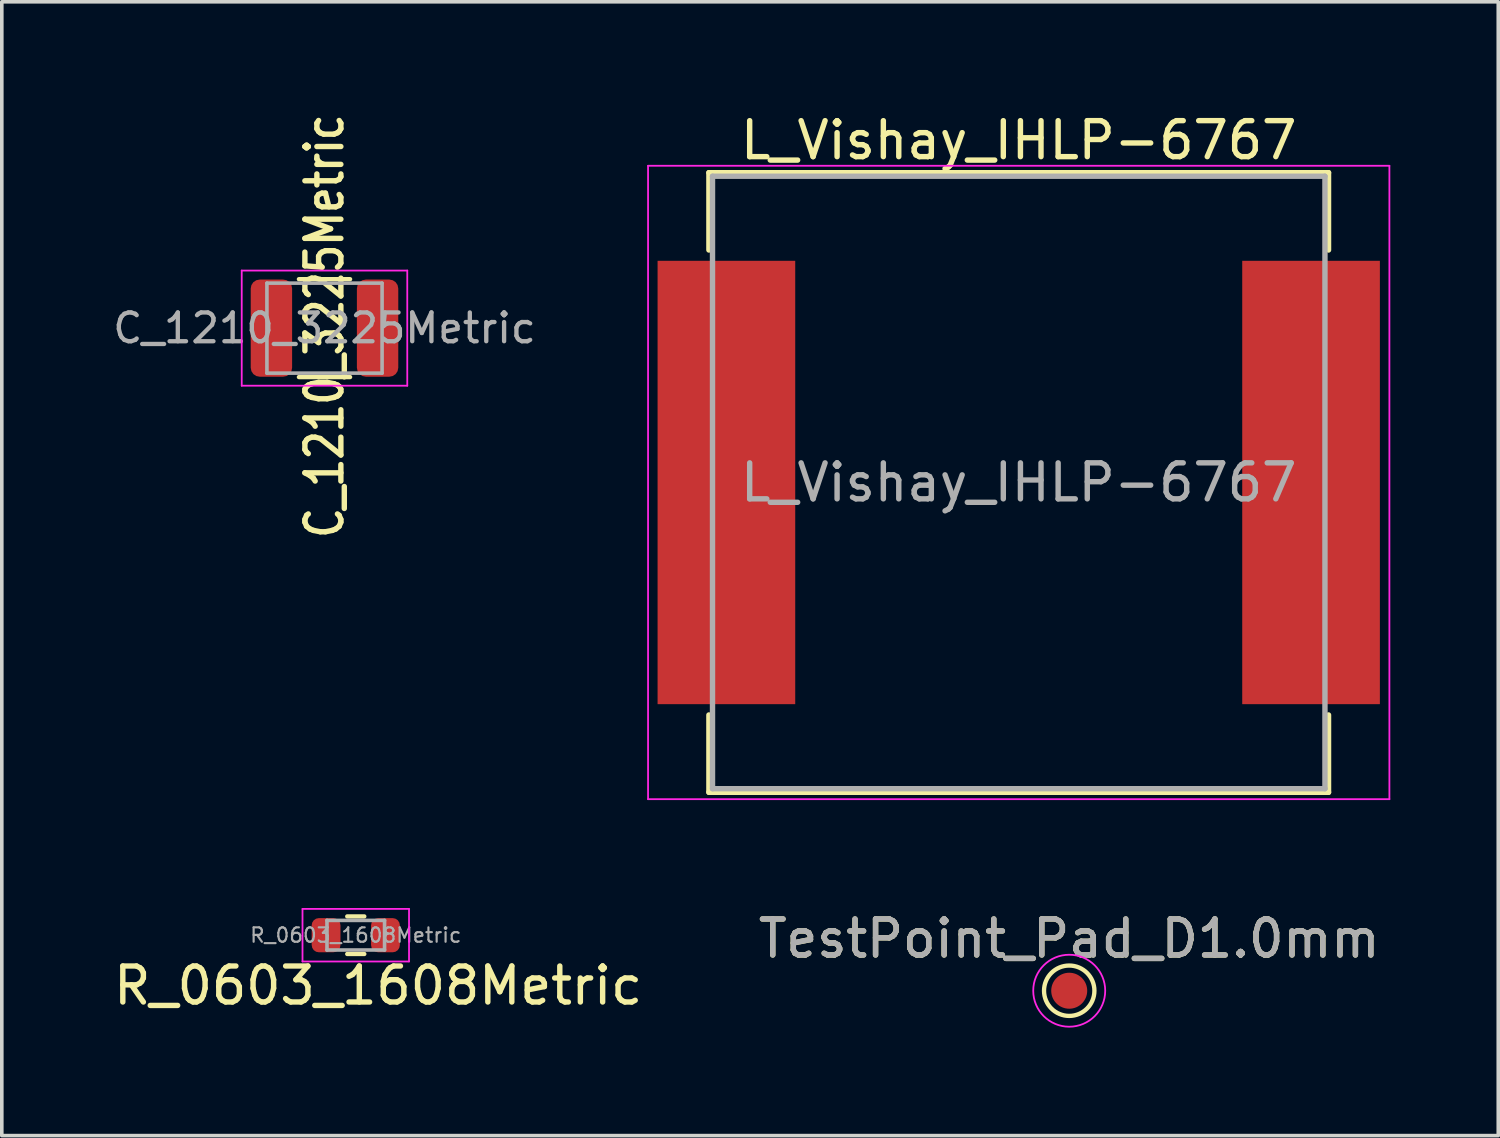
<source format=kicad_pcb>
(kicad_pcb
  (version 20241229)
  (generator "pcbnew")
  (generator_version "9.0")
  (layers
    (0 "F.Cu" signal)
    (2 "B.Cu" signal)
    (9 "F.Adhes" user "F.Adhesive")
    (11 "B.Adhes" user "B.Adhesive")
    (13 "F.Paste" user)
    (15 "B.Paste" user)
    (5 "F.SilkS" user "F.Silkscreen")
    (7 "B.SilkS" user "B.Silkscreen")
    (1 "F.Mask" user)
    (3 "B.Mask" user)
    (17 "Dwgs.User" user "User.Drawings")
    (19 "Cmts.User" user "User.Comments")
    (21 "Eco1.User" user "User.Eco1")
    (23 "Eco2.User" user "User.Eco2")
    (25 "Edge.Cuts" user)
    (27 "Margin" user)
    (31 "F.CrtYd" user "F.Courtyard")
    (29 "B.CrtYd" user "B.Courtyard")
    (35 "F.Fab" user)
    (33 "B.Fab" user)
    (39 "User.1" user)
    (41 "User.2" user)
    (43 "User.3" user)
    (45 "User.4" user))
  (footprint "L_Vishay_IHLP-6767"
    (layer "F.Cu")
    (at 25.258 10.357)
    (property "Reference" "L_Vishay_IHLP-6767" (at 0 -9.509 0) (layer "F.SilkS") (effects (font (size 1 1) (thickness 0.15))))
    (attr smd)
    (fp_line (start -8.609 -8.609) (end 8.609 -8.609) (stroke (width 0.15) (type solid)) (layer "F.SilkS"))
    (fp_line (start -8.609 -6.46) (end -8.609 -8.609) (stroke (width 0.15) (type solid)) (layer "F.SilkS"))
    (fp_line (start -8.609 6.46) (end -8.609 8.609) (stroke (width 0.15) (type solid)) (layer "F.SilkS"))
    (fp_line (start -8.609 8.609) (end 8.609 8.609) (stroke (width 0.15) (type solid)) (layer "F.SilkS"))
    (fp_line (start 8.609 -8.609) (end 8.609 -6.46) (stroke (width 0.15) (type solid)) (layer "F.SilkS"))
    (fp_line (start 8.609 8.609) (end 8.609 6.46) (stroke (width 0.15) (type solid)) (layer "F.SilkS"))
    (fp_line (start -10.3 -8.8) (end -10.3 8.8) (stroke (width 0.05) (type solid)) (layer "F.CrtYd"))
    (fp_line (start -10.3 8.8) (end 10.3 8.8) (stroke (width 0.05) (type solid)) (layer "F.CrtYd"))
    (fp_line (start 10.3 -8.8) (end -10.3 -8.8) (stroke (width 0.05) (type solid)) (layer "F.CrtYd"))
    (fp_line (start 10.3 8.8) (end 10.3 -8.8) (stroke (width 0.05) (type solid)) (layer "F.CrtYd"))
    (fp_line (start -8.509 -8.509) (end -8.509 8.509) (stroke (width 0.15) (type solid)) (layer "F.Fab"))
    (fp_line (start -8.509 8.509) (end 8.509 8.509) (stroke (width 0.15) (type solid)) (layer "F.Fab"))
    (fp_line (start 8.509 -8.509) (end -8.509 -8.509) (stroke (width 0.15) (type solid)) (layer "F.Fab"))
    (fp_line (start 8.509 8.509) (end 8.509 -8.509) (stroke (width 0.15) (type solid)) (layer "F.Fab"))
    (fp_text user "${REFERENCE}" (at 0 0 0) (layer "F.Fab") (effects (font (size 1 1) (thickness 0.15))))
    (pad "1" smd rect (at -8.123 0) (size 3.825 12.32) (layers "F.Cu" "F.Mask" "F.Paste"))
    (pad "2" smd rect (at 8.123 0) (size 3.825 12.32) (layers "F.Cu" "F.Mask" "F.Paste")))
  (footprint "C_1210_3225Metric"
    (layer "F.Cu")
    (at 5.967 6.068)
    (property "Reference" "C_1210_3225Metric" (at 0 -0.056 270) (layer "F.SilkS") (effects (font (size 1 0.8) (thickness 0.15))))
    (attr smd)
    (fp_line (start -0.711 -1.36) (end 0.711 -1.36) (stroke (width 0.12) (type solid)) (layer "F.SilkS"))
    (fp_line (start -0.711 1.36) (end 0.711 1.36) (stroke (width 0.12) (type solid)) (layer "F.SilkS"))
    (fp_line (start -2.3 -1.6) (end 2.3 -1.6) (stroke (width 0.05) (type solid)) (layer "F.CrtYd"))
    (fp_line (start -2.3 1.6) (end -2.3 -1.6) (stroke (width 0.05) (type solid)) (layer "F.CrtYd"))
    (fp_line (start 2.3 -1.6) (end 2.3 1.6) (stroke (width 0.05) (type solid)) (layer "F.CrtYd"))
    (fp_line (start 2.3 1.6) (end -2.3 1.6) (stroke (width 0.05) (type solid)) (layer "F.CrtYd"))
    (fp_line (start -1.6 -1.25) (end 1.6 -1.25) (stroke (width 0.1) (type solid)) (layer "F.Fab"))
    (fp_line (start -1.6 1.25) (end -1.6 -1.25) (stroke (width 0.1) (type solid)) (layer "F.Fab"))
    (fp_line (start 1.6 -1.25) (end 1.6 1.25) (stroke (width 0.1) (type solid)) (layer "F.Fab"))
    (fp_line (start 1.6 1.25) (end -1.6 1.25) (stroke (width 0.1) (type solid)) (layer "F.Fab"))
    (fp_text user "${REFERENCE}" (at 0 0 180) (layer "F.Fab") (effects (font (size 0.8 0.8) (thickness 0.12))))
    (pad "1" smd roundrect (at -1.475 0) (size 1.15 2.7) (layers "F.Cu" "F.Mask" "F.Paste") (roundrect_rratio 0.217))
    (pad "2" smd roundrect (at 1.475 0) (size 1.15 2.7) (layers "F.Cu" "F.Mask" "F.Paste") (roundrect_rratio 0.217)))
  (footprint "R_0603_1608Metric"
    (layer "F.Cu")
    (at 6.836 22.937)
    (property "Reference" "R_0603_1608Metric" (at 0.622 1.401 180) (layer "F.SilkS") (effects (font (size 1 1) (thickness 0.15))))
    (attr smd)
    (fp_line (start -0.237 -0.522) (end 0.237 -0.522) (stroke (width 0.12) (type solid)) (layer "F.SilkS"))
    (fp_line (start -0.237 0.522) (end 0.237 0.522) (stroke (width 0.12) (type solid)) (layer "F.SilkS"))
    (fp_line (start -1.48 -0.73) (end 1.48 -0.73) (stroke (width 0.05) (type solid)) (layer "F.CrtYd"))
    (fp_line (start -1.48 0.73) (end -1.48 -0.73) (stroke (width 0.05) (type solid)) (layer "F.CrtYd"))
    (fp_line (start 1.48 -0.73) (end 1.48 0.73) (stroke (width 0.05) (type solid)) (layer "F.CrtYd"))
    (fp_line (start 1.48 0.73) (end -1.48 0.73) (stroke (width 0.05) (type solid)) (layer "F.CrtYd"))
    (fp_line (start -0.8 -0.412) (end 0.8 -0.412) (stroke (width 0.1) (type solid)) (layer "F.Fab"))
    (fp_line (start -0.8 0.412) (end -0.8 -0.412) (stroke (width 0.1) (type solid)) (layer "F.Fab"))
    (fp_line (start 0.8 -0.412) (end 0.8 0.412) (stroke (width 0.1) (type solid)) (layer "F.Fab"))
    (fp_line (start 0.8 0.412) (end -0.8 0.412) (stroke (width 0.1) (type solid)) (layer "F.Fab"))
    (fp_text user "${REFERENCE}" (at 0 0 180) (layer "F.Fab") (effects (font (size 0.4 0.4) (thickness 0.06))))
    (pad "1" smd roundrect (at -0.825 0) (size 0.8 0.95) (layers "F.Cu" "F.Mask" "F.Paste") (roundrect_rratio 0.25))
    (pad "2" smd roundrect (at 0.825 0) (size 0.8 0.95) (layers "F.Cu" "F.Mask" "F.Paste") (roundrect_rratio 0.25)))
  (footprint "TestPoint_Pad_D1.0mm"
    (layer "F.Cu")
    (at 26.661 24.48)
    (property "Reference" "TestPoint_Pad_D1.0mm" (at 0 -1.448 0) (layer "F.SilkS") (effects (font (size 1 1) (thickness 0.15))))
    (attr exclude_from_pos_files)
    (fp_circle (center 0 0) (end 0 0.7) (stroke (width 0.12) (type solid)) (fill no) (layer "F.SilkS"))
    (fp_circle (center 0 0) (end 1 0) (stroke (width 0.05) (type solid)) (fill no) (layer "F.CrtYd"))
    (fp_text user "${REFERENCE}" (at 0 -1.45 0) (layer "F.Fab") (effects (font (size 1 1) (thickness 0.15))))
    (pad "1" smd circle (at 0 0) (size 1 1) (layers "F.Cu" "F.Mask")))
  (gr_rect
    (start -3 -3)
    (end 38.583 28.506)
    (stroke (width 0.1) (type default))
    (fill no)
    (layer "Edge.Cuts")))
</source>
